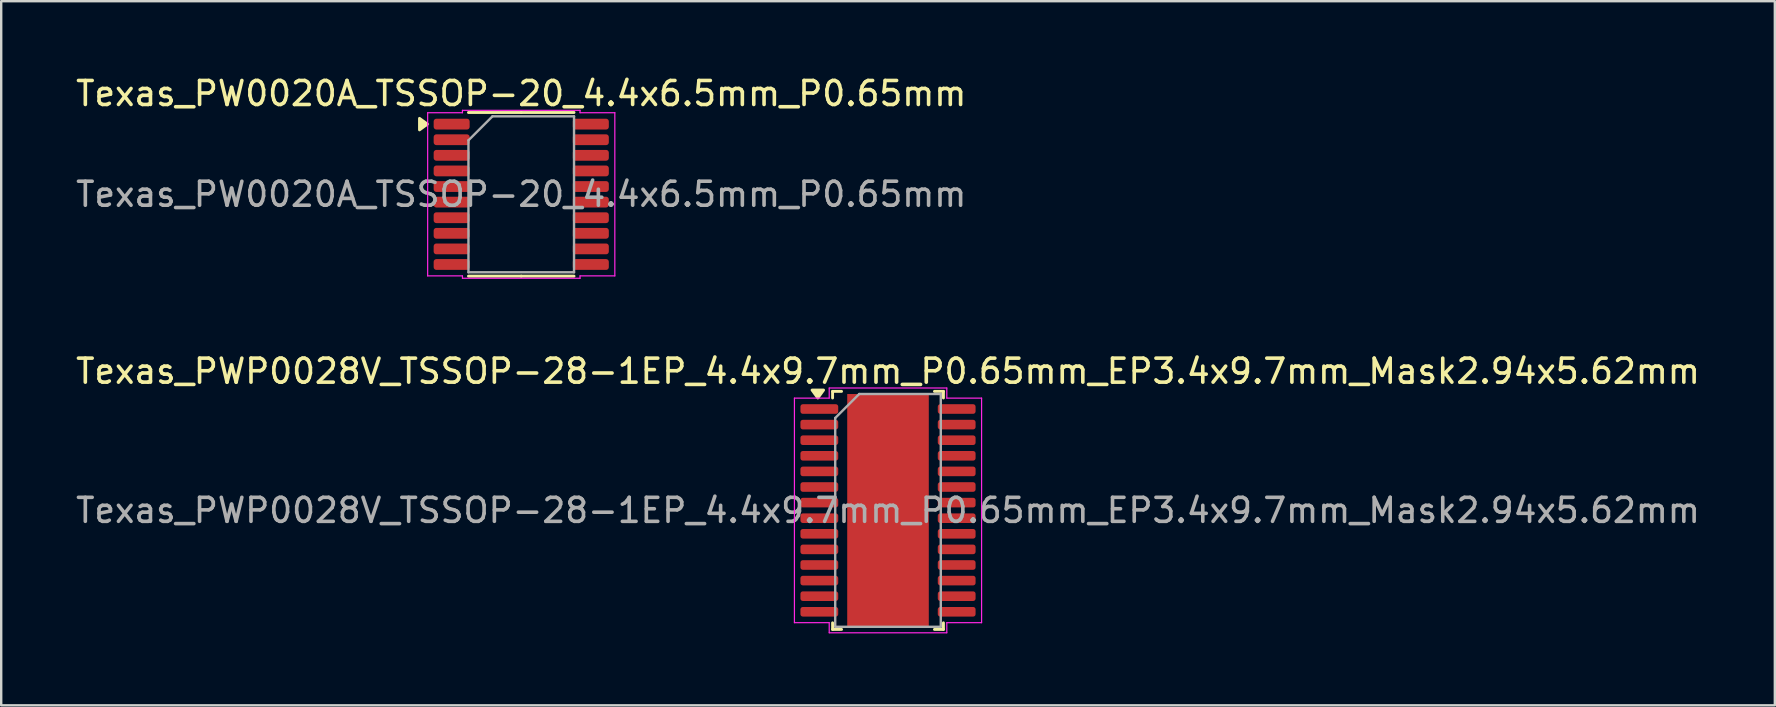
<source format=kicad_pcb>
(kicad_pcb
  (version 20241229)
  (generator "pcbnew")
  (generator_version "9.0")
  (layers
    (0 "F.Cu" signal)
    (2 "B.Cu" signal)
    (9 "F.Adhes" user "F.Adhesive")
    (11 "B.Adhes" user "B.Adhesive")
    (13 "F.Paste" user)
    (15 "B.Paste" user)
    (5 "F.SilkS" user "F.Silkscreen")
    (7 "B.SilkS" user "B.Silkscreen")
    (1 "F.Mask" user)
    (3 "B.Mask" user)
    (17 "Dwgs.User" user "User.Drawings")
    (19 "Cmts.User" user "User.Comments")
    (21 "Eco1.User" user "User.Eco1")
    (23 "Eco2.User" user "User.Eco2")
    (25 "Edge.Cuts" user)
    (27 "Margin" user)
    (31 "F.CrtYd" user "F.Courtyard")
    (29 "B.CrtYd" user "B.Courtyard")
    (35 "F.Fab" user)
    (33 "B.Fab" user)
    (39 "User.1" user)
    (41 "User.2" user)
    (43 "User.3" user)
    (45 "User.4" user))
  (footprint "Texas_PWP0028V_TSSOP-28-1EP_4.4x9.7mm_P0.65mm_EP3.4x9.7mm_Mask2.94x5.62mm"
    (layer "F.Cu")
    (at 33.958 18.221)
    (property "Reference" "Texas_PWP0028V_TSSOP-28-1EP_4.4x9.7mm_P0.65mm_EP3.4x9.7mm_Mask2.94x5.62mm" (at 0 -5.8 0) (layer "F.SilkS") (effects (font (size 1 1) (thickness 0.15))))
    (attr smd)
    (fp_line (start -2.31 -4.96) (end -2.31 -4.685) (stroke (width 0.12) (type solid)) (layer "F.SilkS"))
    (fp_line (start -2.31 4.96) (end -2.31 4.685) (stroke (width 0.12) (type solid)) (layer "F.SilkS"))
    (fp_line (start -1.936 -4.96) (end -2.31 -4.96) (stroke (width 0.12) (type solid)) (layer "F.SilkS"))
    (fp_line (start -1.936 4.96) (end -2.31 4.96) (stroke (width 0.12) (type solid)) (layer "F.SilkS"))
    (fp_line (start 1.936 -4.96) (end 2.31 -4.96) (stroke (width 0.12) (type solid)) (layer "F.SilkS"))
    (fp_line (start 1.936 4.96) (end 2.31 4.96) (stroke (width 0.12) (type solid)) (layer "F.SilkS"))
    (fp_line (start 2.31 -4.96) (end 2.31 -4.685) (stroke (width 0.12) (type solid)) (layer "F.SilkS"))
    (fp_line (start 2.31 4.96) (end 2.31 4.685) (stroke (width 0.12) (type solid)) (layer "F.SilkS"))
    (fp_poly (pts (xy -2.925 -4.685) (xy -3.165 -5.015) (xy -2.685 -5.015)) (stroke (width 0.12) (type solid)) (fill yes) (layer "F.SilkS"))
    (fp_line (start -3.9 -4.68) (end -2.45 -4.68) (stroke (width 0.05) (type solid)) (layer "F.CrtYd"))
    (fp_line (start -3.9 4.68) (end -3.9 -4.68) (stroke (width 0.05) (type solid)) (layer "F.CrtYd"))
    (fp_line (start -2.45 -5.1) (end 2.45 -5.1) (stroke (width 0.05) (type solid)) (layer "F.CrtYd"))
    (fp_line (start -2.45 -4.68) (end -2.45 -5.1) (stroke (width 0.05) (type solid)) (layer "F.CrtYd"))
    (fp_line (start -2.45 4.68) (end -3.9 4.68) (stroke (width 0.05) (type solid)) (layer "F.CrtYd"))
    (fp_line (start -2.45 5.1) (end -2.45 4.68) (stroke (width 0.05) (type solid)) (layer "F.CrtYd"))
    (fp_line (start 2.45 -5.1) (end 2.45 -4.68) (stroke (width 0.05) (type solid)) (layer "F.CrtYd"))
    (fp_line (start 2.45 -4.68) (end 3.9 -4.68) (stroke (width 0.05) (type solid)) (layer "F.CrtYd"))
    (fp_line (start 2.45 4.68) (end 2.45 5.1) (stroke (width 0.05) (type solid)) (layer "F.CrtYd"))
    (fp_line (start 2.45 5.1) (end -2.45 5.1) (stroke (width 0.05) (type solid)) (layer "F.CrtYd"))
    (fp_line (start 3.9 -4.68) (end 3.9 4.68) (stroke (width 0.05) (type solid)) (layer "F.CrtYd"))
    (fp_line (start 3.9 4.68) (end 2.45 4.68) (stroke (width 0.05) (type solid)) (layer "F.CrtYd"))
    (fp_line (start -2.2 -3.85) (end -1.2 -4.85) (stroke (width 0.1) (type solid)) (layer "F.Fab"))
    (fp_line (start -2.2 4.85) (end -2.2 -3.85) (stroke (width 0.1) (type solid)) (layer "F.Fab"))
    (fp_line (start -1.2 -4.85) (end 2.2 -4.85) (stroke (width 0.1) (type solid)) (layer "F.Fab"))
    (fp_line (start 2.2 -4.85) (end 2.2 4.85) (stroke (width 0.1) (type solid)) (layer "F.Fab"))
    (fp_line (start 2.2 4.85) (end -2.2 4.85) (stroke (width 0.1) (type solid)) (layer "F.Fab"))
    (fp_text user "${REFERENCE}" (at 0 0 0) (layer "F.Fab") (effects (font (size 1 1) (thickness 0.15))))
    (pad "" smd roundrect (at -0.735 -2.24) (size 1.19 0.91) (layers "F.Paste") (roundrect_rratio 0.25))
    (pad "" smd roundrect (at -0.735 -1.12) (size 1.19 0.91) (layers "F.Paste") (roundrect_rratio 0.25))
    (pad "" smd roundrect (at -0.735 0) (size 1.19 0.91) (layers "F.Paste") (roundrect_rratio 0.25))
    (pad "" smd roundrect (at -0.735 1.12) (size 1.19 0.91) (layers "F.Paste") (roundrect_rratio 0.25))
    (pad "" smd roundrect (at -0.735 2.24) (size 1.19 0.91) (layers "F.Paste") (roundrect_rratio 0.25))
    (pad "" smd rect (at 0 0) (size 2.94 5.62) (layers "F.Mask"))
    (pad "" smd roundrect (at 0.735 -2.24) (size 1.19 0.91) (layers "F.Paste") (roundrect_rratio 0.25))
    (pad "" smd roundrect (at 0.735 -1.12) (size 1.19 0.91) (layers "F.Paste") (roundrect_rratio 0.25))
    (pad "" smd roundrect (at 0.735 0) (size 1.19 0.91) (layers "F.Paste") (roundrect_rratio 0.25))
    (pad "" smd roundrect (at 0.735 1.12) (size 1.19 0.91) (layers "F.Paste") (roundrect_rratio 0.25))
    (pad "" smd roundrect (at 0.735 2.24) (size 1.19 0.91) (layers "F.Paste") (roundrect_rratio 0.25))
    (pad "1" smd roundrect (at -2.862 -4.225) (size 1.575 0.4) (layers "F.Cu" "F.Mask" "F.Paste") (roundrect_rratio 0.25))
    (pad "2" smd roundrect (at -2.862 -3.575) (size 1.575 0.4) (layers "F.Cu" "F.Mask" "F.Paste") (roundrect_rratio 0.25))
    (pad "3" smd roundrect (at -2.862 -2.925) (size 1.575 0.4) (layers "F.Cu" "F.Mask" "F.Paste") (roundrect_rratio 0.25))
    (pad "4" smd roundrect (at -2.862 -2.275) (size 1.575 0.4) (layers "F.Cu" "F.Mask" "F.Paste") (roundrect_rratio 0.25))
    (pad "5" smd roundrect (at -2.862 -1.625) (size 1.575 0.4) (layers "F.Cu" "F.Mask" "F.Paste") (roundrect_rratio 0.25))
    (pad "6" smd roundrect (at -2.862 -0.975) (size 1.575 0.4) (layers "F.Cu" "F.Mask" "F.Paste") (roundrect_rratio 0.25))
    (pad "7" smd roundrect (at -2.862 -0.325) (size 1.575 0.4) (layers "F.Cu" "F.Mask" "F.Paste") (roundrect_rratio 0.25))
    (pad "8" smd roundrect (at -2.862 0.325) (size 1.575 0.4) (layers "F.Cu" "F.Mask" "F.Paste") (roundrect_rratio 0.25))
    (pad "9" smd roundrect (at -2.862 0.975) (size 1.575 0.4) (layers "F.Cu" "F.Mask" "F.Paste") (roundrect_rratio 0.25))
    (pad "10" smd roundrect (at -2.862 1.625) (size 1.575 0.4) (layers "F.Cu" "F.Mask" "F.Paste") (roundrect_rratio 0.25))
    (pad "11" smd roundrect (at -2.862 2.275) (size 1.575 0.4) (layers "F.Cu" "F.Mask" "F.Paste") (roundrect_rratio 0.25))
    (pad "12" smd roundrect (at -2.862 2.925) (size 1.575 0.4) (layers "F.Cu" "F.Mask" "F.Paste") (roundrect_rratio 0.25))
    (pad "13" smd roundrect (at -2.862 3.575) (size 1.575 0.4) (layers "F.Cu" "F.Mask" "F.Paste") (roundrect_rratio 0.25))
    (pad "14" smd roundrect (at -2.862 4.225) (size 1.575 0.4) (layers "F.Cu" "F.Mask" "F.Paste") (roundrect_rratio 0.25))
    (pad "15" smd roundrect (at 2.862 4.225) (size 1.575 0.4) (layers "F.Cu" "F.Mask" "F.Paste") (roundrect_rratio 0.25))
    (pad "16" smd roundrect (at 2.862 3.575) (size 1.575 0.4) (layers "F.Cu" "F.Mask" "F.Paste") (roundrect_rratio 0.25))
    (pad "17" smd roundrect (at 2.862 2.925) (size 1.575 0.4) (layers "F.Cu" "F.Mask" "F.Paste") (roundrect_rratio 0.25))
    (pad "18" smd roundrect (at 2.862 2.275) (size 1.575 0.4) (layers "F.Cu" "F.Mask" "F.Paste") (roundrect_rratio 0.25))
    (pad "19" smd roundrect (at 2.862 1.625) (size 1.575 0.4) (layers "F.Cu" "F.Mask" "F.Paste") (roundrect_rratio 0.25))
    (pad "20" smd roundrect (at 2.862 0.975) (size 1.575 0.4) (layers "F.Cu" "F.Mask" "F.Paste") (roundrect_rratio 0.25))
    (pad "21" smd roundrect (at 2.862 0.325) (size 1.575 0.4) (layers "F.Cu" "F.Mask" "F.Paste") (roundrect_rratio 0.25))
    (pad "22" smd roundrect (at 2.862 -0.325) (size 1.575 0.4) (layers "F.Cu" "F.Mask" "F.Paste") (roundrect_rratio 0.25))
    (pad "23" smd roundrect (at 2.862 -0.975) (size 1.575 0.4) (layers "F.Cu" "F.Mask" "F.Paste") (roundrect_rratio 0.25))
    (pad "24" smd roundrect (at 2.862 -1.625) (size 1.575 0.4) (layers "F.Cu" "F.Mask" "F.Paste") (roundrect_rratio 0.25))
    (pad "25" smd roundrect (at 2.862 -2.275) (size 1.575 0.4) (layers "F.Cu" "F.Mask" "F.Paste") (roundrect_rratio 0.25))
    (pad "26" smd roundrect (at 2.862 -2.925) (size 1.575 0.4) (layers "F.Cu" "F.Mask" "F.Paste") (roundrect_rratio 0.25))
    (pad "27" smd roundrect (at 2.862 -3.575) (size 1.575 0.4) (layers "F.Cu" "F.Mask" "F.Paste") (roundrect_rratio 0.25))
    (pad "28" smd roundrect (at 2.862 -4.225) (size 1.575 0.4) (layers "F.Cu" "F.Mask" "F.Paste") (roundrect_rratio 0.25))
    (pad "29" smd rect (at 0 0) (size 3.4 9.7) (property pad_prop_heatsink) (layers "F.Cu")))
  (footprint "Texas_PW0020A_TSSOP-20_4.4x6.5mm_P0.65mm"
    (layer "F.Cu")
    (at 18.673 5.048)
    (property "Reference" "Texas_PW0020A_TSSOP-20_4.4x6.5mm_P0.65mm" (at 0 -4.2 0) (layer "F.SilkS") (effects (font (size 1 1) (thickness 0.15))))
    (attr smd)
    (fp_line (start 0 -3.41) (end -2.2 -3.41) (stroke (width 0.12) (type solid)) (layer "F.SilkS"))
    (fp_line (start 0 -3.41) (end 2.2 -3.41) (stroke (width 0.12) (type solid)) (layer "F.SilkS"))
    (fp_line (start 0 3.41) (end -2.2 3.41) (stroke (width 0.12) (type solid)) (layer "F.SilkS"))
    (fp_line (start 0 3.41) (end 2.2 3.41) (stroke (width 0.12) (type solid)) (layer "F.SilkS"))
    (fp_poly (pts (xy -3.91 -2.925) (xy -4.24 -2.685) (xy -4.24 -3.165)) (stroke (width 0.12) (type solid)) (fill yes) (layer "F.SilkS"))
    (fp_line (start -3.9 -3.4) (end -2.45 -3.4) (stroke (width 0.05) (type solid)) (layer "F.CrtYd"))
    (fp_line (start -3.9 3.4) (end -3.9 -3.4) (stroke (width 0.05) (type solid)) (layer "F.CrtYd"))
    (fp_line (start -2.45 -3.5) (end 2.45 -3.5) (stroke (width 0.05) (type solid)) (layer "F.CrtYd"))
    (fp_line (start -2.45 -3.4) (end -2.45 -3.5) (stroke (width 0.05) (type solid)) (layer "F.CrtYd"))
    (fp_line (start -2.45 3.4) (end -3.9 3.4) (stroke (width 0.05) (type solid)) (layer "F.CrtYd"))
    (fp_line (start -2.45 3.5) (end -2.45 3.4) (stroke (width 0.05) (type solid)) (layer "F.CrtYd"))
    (fp_line (start 2.45 -3.5) (end 2.45 -3.4) (stroke (width 0.05) (type solid)) (layer "F.CrtYd"))
    (fp_line (start 2.45 -3.4) (end 3.9 -3.4) (stroke (width 0.05) (type solid)) (layer "F.CrtYd"))
    (fp_line (start 2.45 3.4) (end 2.45 3.5) (stroke (width 0.05) (type solid)) (layer "F.CrtYd"))
    (fp_line (start 2.45 3.5) (end -2.45 3.5) (stroke (width 0.05) (type solid)) (layer "F.CrtYd"))
    (fp_line (start 3.9 -3.4) (end 3.9 3.4) (stroke (width 0.05) (type solid)) (layer "F.CrtYd"))
    (fp_line (start 3.9 3.4) (end 2.45 3.4) (stroke (width 0.05) (type solid)) (layer "F.CrtYd"))
    (fp_line (start -2.2 -2.25) (end -1.2 -3.25) (stroke (width 0.1) (type solid)) (layer "F.Fab"))
    (fp_line (start -2.2 3.25) (end -2.2 -2.25) (stroke (width 0.1) (type solid)) (layer "F.Fab"))
    (fp_line (start -1.2 -3.25) (end 2.2 -3.25) (stroke (width 0.1) (type solid)) (layer "F.Fab"))
    (fp_line (start 2.2 -3.25) (end 2.2 3.25) (stroke (width 0.1) (type solid)) (layer "F.Fab"))
    (fp_line (start 2.2 3.25) (end -2.2 3.25) (stroke (width 0.1) (type solid)) (layer "F.Fab"))
    (fp_text user "${REFERENCE}" (at 0 0 0) (layer "F.Fab") (effects (font (size 1 1) (thickness 0.15))))
    (pad "1" smd roundrect (at -2.9 -2.925) (size 1.5 0.45) (layers "F.Cu" "F.Mask" "F.Paste") (roundrect_rratio 0.25))
    (pad "2" smd roundrect (at -2.9 -2.275) (size 1.5 0.45) (layers "F.Cu" "F.Mask" "F.Paste") (roundrect_rratio 0.25))
    (pad "3" smd roundrect (at -2.9 -1.625) (size 1.5 0.45) (layers "F.Cu" "F.Mask" "F.Paste") (roundrect_rratio 0.25))
    (pad "4" smd roundrect (at -2.9 -0.975) (size 1.5 0.45) (layers "F.Cu" "F.Mask" "F.Paste") (roundrect_rratio 0.25))
    (pad "5" smd roundrect (at -2.9 -0.325) (size 1.5 0.45) (layers "F.Cu" "F.Mask" "F.Paste") (roundrect_rratio 0.25))
    (pad "6" smd roundrect (at -2.9 0.325) (size 1.5 0.45) (layers "F.Cu" "F.Mask" "F.Paste") (roundrect_rratio 0.25))
    (pad "7" smd roundrect (at -2.9 0.975) (size 1.5 0.45) (layers "F.Cu" "F.Mask" "F.Paste") (roundrect_rratio 0.25))
    (pad "8" smd roundrect (at -2.9 1.625) (size 1.5 0.45) (layers "F.Cu" "F.Mask" "F.Paste") (roundrect_rratio 0.25))
    (pad "9" smd roundrect (at -2.9 2.275) (size 1.5 0.45) (layers "F.Cu" "F.Mask" "F.Paste") (roundrect_rratio 0.25))
    (pad "10" smd roundrect (at -2.9 2.925) (size 1.5 0.45) (layers "F.Cu" "F.Mask" "F.Paste") (roundrect_rratio 0.25))
    (pad "11" smd roundrect (at 2.9 2.925) (size 1.5 0.45) (layers "F.Cu" "F.Mask" "F.Paste") (roundrect_rratio 0.25))
    (pad "12" smd roundrect (at 2.9 2.275) (size 1.5 0.45) (layers "F.Cu" "F.Mask" "F.Paste") (roundrect_rratio 0.25))
    (pad "13" smd roundrect (at 2.9 1.625) (size 1.5 0.45) (layers "F.Cu" "F.Mask" "F.Paste") (roundrect_rratio 0.25))
    (pad "14" smd roundrect (at 2.9 0.975) (size 1.5 0.45) (layers "F.Cu" "F.Mask" "F.Paste") (roundrect_rratio 0.25))
    (pad "15" smd roundrect (at 2.9 0.325) (size 1.5 0.45) (layers "F.Cu" "F.Mask" "F.Paste") (roundrect_rratio 0.25))
    (pad "16" smd roundrect (at 2.9 -0.325) (size 1.5 0.45) (layers "F.Cu" "F.Mask" "F.Paste") (roundrect_rratio 0.25))
    (pad "17" smd roundrect (at 2.9 -0.975) (size 1.5 0.45) (layers "F.Cu" "F.Mask" "F.Paste") (roundrect_rratio 0.25))
    (pad "18" smd roundrect (at 2.9 -1.625) (size 1.5 0.45) (layers "F.Cu" "F.Mask" "F.Paste") (roundrect_rratio 0.25))
    (pad "19" smd roundrect (at 2.9 -2.275) (size 1.5 0.45) (layers "F.Cu" "F.Mask" "F.Paste") (roundrect_rratio 0.25))
    (pad "20" smd roundrect (at 2.9 -2.925) (size 1.5 0.45) (layers "F.Cu" "F.Mask" "F.Paste") (roundrect_rratio 0.25)))
  (gr_rect
    (start -3 -3)
    (end 70.917 26.346)
    (stroke (width 0.1) (type default))
    (fill no)
    (layer "Edge.Cuts")))
</source>
